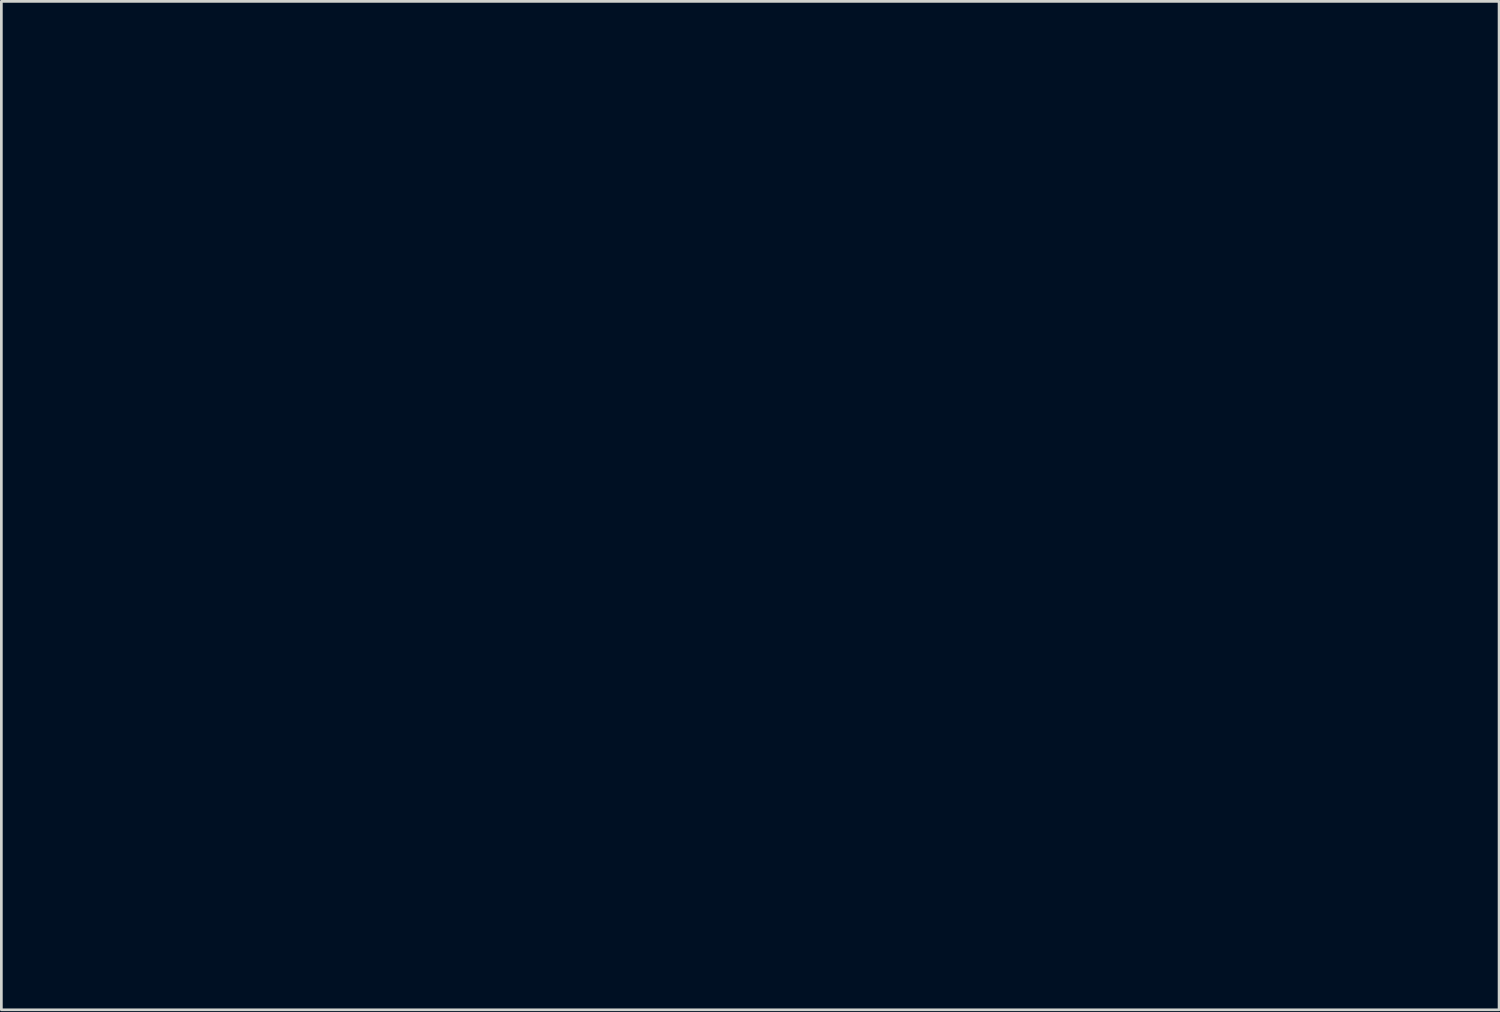
<source format=kicad_pcb>
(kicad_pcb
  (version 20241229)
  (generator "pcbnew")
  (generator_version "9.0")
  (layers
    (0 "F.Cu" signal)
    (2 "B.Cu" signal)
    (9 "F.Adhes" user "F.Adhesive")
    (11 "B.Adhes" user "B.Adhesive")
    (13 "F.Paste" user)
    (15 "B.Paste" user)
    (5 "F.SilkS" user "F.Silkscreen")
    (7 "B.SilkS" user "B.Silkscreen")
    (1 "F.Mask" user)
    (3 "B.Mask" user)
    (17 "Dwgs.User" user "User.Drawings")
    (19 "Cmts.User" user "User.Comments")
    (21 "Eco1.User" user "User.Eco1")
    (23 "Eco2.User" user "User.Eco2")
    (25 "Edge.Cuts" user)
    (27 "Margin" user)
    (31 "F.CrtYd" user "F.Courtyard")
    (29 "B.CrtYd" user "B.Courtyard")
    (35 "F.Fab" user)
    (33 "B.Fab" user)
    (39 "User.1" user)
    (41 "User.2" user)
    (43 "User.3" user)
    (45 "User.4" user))
  (footprint "mask"
    (layer "F.Cu")
    (at 33.697 3.916)
    (property "Reference" "mask" (at 0 0 0) (layer "F.Mask") (effects (font (size 1.524 1.524) (thickness 0.3))))
    (attr through_hole)
    (fp_poly (pts (xy 0.302 -1.278) (xy 0.599 -1.166) (xy 0.904 -0.965) (xy 1.13 -0.703) (xy 1.284 -0.372) (xy 1.302 -0.315) (xy 1.35 0.024) (xy 1.308 0.36) (xy 1.184 0.675) (xy 0.987 0.952) (xy 0.727 1.172) (xy 0.47 1.299) (xy 0.234 1.351) (xy -0.045 1.364) (xy -0.315 1.339) (xy -0.466 1.3) (xy -0.752 1.149) (xy -1.006 0.919) (xy -1.194 0.651) (xy -1.28 0.476) (xy -1.325 0.315) (xy -1.341 0.121) (xy -1.342 0.025) (xy -1.334 -0.194) (xy -1.302 -0.362) (xy -1.234 -0.526) (xy -1.194 -0.602) (xy -0.974 -0.908) (xy -0.702 -1.133) (xy -0.39 -1.272) (xy -0.051 -1.322) (xy 0.302 -1.278)) (stroke (width 0.01) (type solid)) (fill yes) (layer "F.Mask"))
    (fp_poly (pts (xy 0.238 -3.907) (xy 0.634 -3.875) (xy 0.974 -3.814) (xy 0.984 -3.812) (xy 1.555 -3.614) (xy 2.086 -3.33) (xy 2.567 -2.966) (xy 2.989 -2.534) (xy 3.345 -2.041) (xy 3.624 -1.496) (xy 3.816 -0.921) (xy 3.882 -0.541) (xy 3.909 -0.121) (xy 3.896 0.306) (xy 3.845 0.704) (xy 3.765 1.016) (xy 3.57 1.465) (xy 3.301 1.899) (xy 2.954 2.322) (xy 2.522 2.739) (xy 2 3.157) (xy 1.385 3.58) (xy 1.226 3.681) (xy 0.923 3.887) (xy 0.7 4.081) (xy 0.539 4.283) (xy 0.426 4.511) (xy 0.373 4.67) (xy 0.324 4.923) (xy 0.298 5.249) (xy 0.296 5.623) (xy 0.316 6.019) (xy 0.36 6.413) (xy 0.376 6.518) (xy 0.421 6.783) (xy 0.467 6.999) (xy 0.525 7.17) (xy 0.604 7.304) (xy 0.717 7.406) (xy 0.872 7.482) (xy 1.082 7.539) (xy 1.356 7.583) (xy 1.705 7.619) (xy 2.14 7.655) (xy 2.374 7.673) (xy 3.148 7.734) (xy 3.829 7.796) (xy 4.426 7.858) (xy 4.949 7.924) (xy 5.405 7.994) (xy 5.805 8.069) (xy 6.157 8.153) (xy 6.469 8.245) (xy 6.751 8.348) (xy 7.012 8.464) (xy 7.143 8.53) (xy 7.355 8.645) (xy 7.555 8.762) (xy 7.757 8.891) (xy 7.974 9.041) (xy 8.22 9.222) (xy 8.508 9.443) (xy 8.851 9.714) (xy 9.129 9.937) (xy 9.495 10.229) (xy 9.791 10.461) (xy 10.026 10.639) (xy 10.207 10.768) (xy 10.344 10.855) (xy 10.443 10.904) (xy 10.514 10.922) (xy 10.523 10.922) (xy 10.625 10.878) (xy 10.714 10.746) (xy 10.789 10.524) (xy 10.853 10.208) (xy 10.904 9.798) (xy 10.944 9.291) (xy 10.972 8.687) (xy 10.992 8.203) (xy 11.019 7.801) (xy 11.056 7.462) (xy 11.108 7.167) (xy 11.178 6.895) (xy 11.271 6.627) (xy 11.392 6.344) (xy 11.544 6.026) (xy 11.547 6.02) (xy 11.634 5.815) (xy 11.701 5.602) (xy 11.729 5.467) (xy 11.773 5.269) (xy 11.848 5.164) (xy 11.965 5.145) (xy 12.113 5.195) (xy 12.257 5.297) (xy 12.302 5.411) (xy 12.248 5.527) (xy 12.097 5.635) (xy 11.908 5.778) (xy 11.729 6.011) (xy 11.557 6.338) (xy 11.407 6.716) (xy 11.28 7.123) (xy 11.189 7.514) (xy 11.137 7.875) (xy 11.125 8.193) (xy 11.152 8.453) (xy 11.221 8.64) (xy 11.264 8.696) (xy 11.307 8.733) (xy 11.36 8.761) (xy 11.438 8.782) (xy 11.555 8.797) (xy 11.727 8.808) (xy 11.966 8.817) (xy 12.289 8.825) (xy 12.405 8.827) (xy 12.997 8.832) (xy 13.507 8.82) (xy 13.931 8.79) (xy 14.265 8.743) (xy 14.503 8.68) (xy 14.554 8.658) (xy 14.681 8.607) (xy 14.762 8.608) (xy 14.814 8.641) (xy 14.926 8.785) (xy 14.955 8.947) (xy 14.91 9.075) (xy 14.832 9.168) (xy 14.751 9.185) (xy 14.636 9.128) (xy 14.59 9.096) (xy 14.545 9.068) (xy 14.489 9.046) (xy 14.41 9.028) (xy 14.297 9.015) (xy 14.137 9.005) (xy 13.921 8.997) (xy 13.635 8.991) (xy 13.269 8.987) (xy 12.906 8.983) (xy 11.359 8.968) (xy 11.261 9.135) (xy 11.214 9.253) (xy 11.158 9.456) (xy 11.097 9.727) (xy 11.035 10.049) (xy 11.022 10.124) (xy 10.968 10.422) (xy 10.911 10.703) (xy 10.857 10.944) (xy 10.811 11.121) (xy 10.79 11.183) (xy 10.701 11.419) (xy 11.069 11.984) (xy 11.35 12.438) (xy 11.572 12.853) (xy 11.75 13.263) (xy 11.901 13.698) (xy 11.914 13.741) (xy 12.022 14.075) (xy 12.125 14.331) (xy 12.233 14.534) (xy 12.358 14.706) (xy 12.392 14.746) (xy 12.541 14.916) (xy 13.852 14.922) (xy 14.252 14.923) (xy 14.562 14.923) (xy 14.796 14.92) (xy 14.966 14.914) (xy 15.085 14.904) (xy 15.165 14.888) (xy 15.219 14.866) (xy 15.26 14.837) (xy 15.279 14.82) (xy 15.365 14.75) (xy 15.422 14.748) (xy 15.48 14.798) (xy 15.536 14.887) (xy 15.523 15) (xy 15.515 15.023) (xy 15.491 15.084) (xy 15.461 15.125) (xy 15.407 15.147) (xy 15.314 15.152) (xy 15.164 15.14) (xy 14.941 15.115) (xy 14.732 15.089) (xy 14.533 15.07) (xy 14.284 15.057) (xy 14.003 15.049) (xy 13.71 15.046) (xy 13.423 15.047) (xy 13.162 15.054) (xy 12.945 15.065) (xy 12.792 15.08) (xy 12.721 15.1) (xy 12.721 15.101) (xy 12.725 15.159) (xy 12.768 15.289) (xy 12.84 15.468) (xy 12.914 15.634) (xy 13.021 15.869) (xy 13.122 16.099) (xy 13.201 16.291) (xy 13.233 16.375) (xy 13.302 16.534) (xy 13.387 16.631) (xy 13.523 16.707) (xy 13.545 16.716) (xy 13.684 16.789) (xy 13.78 16.864) (xy 13.8 16.893) (xy 13.8 17.021) (xy 13.724 17.151) (xy 13.592 17.264) (xy 13.43 17.343) (xy 13.257 17.367) (xy 13.233 17.366) (xy 13.14 17.348) (xy 13.098 17.304) (xy 13.089 17.204) (xy 13.093 17.12) (xy 13.105 16.842) (xy 13.104 16.637) (xy 13.089 16.476) (xy 13.057 16.33) (xy 13.01 16.182) (xy 12.9 15.915) (xy 12.76 15.638) (xy 12.6 15.367) (xy 12.43 15.117) (xy 12.263 14.903) (xy 12.108 14.742) (xy 11.977 14.648) (xy 11.913 14.63) (xy 11.808 14.673) (xy 11.671 14.789) (xy 11.517 14.961) (xy 11.36 15.173) (xy 11.214 15.408) (xy 11.133 15.559) (xy 10.968 15.937) (xy 10.831 16.33) (xy 10.725 16.72) (xy 10.654 17.091) (xy 10.62 17.426) (xy 10.627 17.707) (xy 10.678 17.917) (xy 10.687 17.934) (xy 10.754 18.096) (xy 10.759 18.2) (xy 10.699 18.27) (xy 10.671 18.286) (xy 10.482 18.336) (xy 10.268 18.31) (xy 10.188 18.28) (xy 10.082 18.19) (xy 10.066 18.066) (xy 10.139 17.922) (xy 10.209 17.846) (xy 10.27 17.778) (xy 10.324 17.69) (xy 10.376 17.566) (xy 10.433 17.388) (xy 10.501 17.139) (xy 10.558 16.916) (xy 10.678 16.461) (xy 10.793 16.079) (xy 10.913 15.745) (xy 11.051 15.434) (xy 11.216 15.118) (xy 11.419 14.772) (xy 11.534 14.587) (xy 11.678 14.274) (xy 11.73 13.933) (xy 11.69 13.56) (xy 11.557 13.153) (xy 11.333 12.708) (xy 11.329 12.701) (xy 11.058 12.273) (xy 10.748 11.842) (xy 10.419 11.431) (xy 10.089 11.064) (xy 9.777 10.765) (xy 9.751 10.742) (xy 9.13 10.234) (xy 8.522 9.774) (xy 7.935 9.367) (xy 7.379 9.021) (xy 6.861 8.74) (xy 6.392 8.53) (xy 6.131 8.439) (xy 5.766 8.345) (xy 5.309 8.261) (xy 4.758 8.186) (xy 4.113 8.12) (xy 3.372 8.063) (xy 2.536 8.014) (xy 1.602 7.975) (xy 0.571 7.944) (xy -0.559 7.922) (xy -1.789 7.908) (xy -2.921 7.903) (xy -3.629 7.903) (xy -4.246 7.904) (xy -4.787 7.908) (xy -5.262 7.914) (xy -5.684 7.924) (xy -6.064 7.938) (xy -6.415 7.955) (xy -6.749 7.978) (xy -7.077 8.006) (xy -7.413 8.04) (xy -7.767 8.08) (xy -8.152 8.128) (xy -8.179 8.131) (xy -9.405 8.321) (xy -10.562 8.573) (xy -11.655 8.893) (xy -12.69 9.282) (xy -13.673 9.745) (xy -14.61 10.285) (xy -15.505 10.906) (xy -16.366 11.612) (xy -17.197 12.406) (xy -18.005 13.291) (xy -18.796 14.271) (xy -19.367 15.052) (xy -19.749 15.555) (xy -20.117 15.964) (xy -20.251 16.092) (xy -20.675 16.48) (xy -20.554 16.609) (xy -20.453 16.733) (xy -20.377 16.85) (xy -20.334 17.003) (xy -20.322 17.202) (xy -20.341 17.399) (xy -20.366 17.488) (xy -20.383 17.565) (xy -20.353 17.631) (xy -20.259 17.71) (xy -20.189 17.758) (xy -20.063 17.858) (xy -19.982 17.953) (xy -19.966 17.996) (xy -19.984 18.067) (xy -20.047 18.074) (xy -20.165 18.015) (xy -20.313 17.915) (xy -20.428 17.834) (xy -20.521 17.785) (xy -20.622 17.762) (xy -20.76 17.757) (xy -20.965 17.766) (xy -21.008 17.768) (xy -21.248 17.776) (xy -21.421 17.769) (xy -21.561 17.742) (xy -21.702 17.691) (xy -21.726 17.68) (xy -21.863 17.616) (xy -21.98 17.541) (xy -22.089 17.444) (xy -22.202 17.31) (xy -22.33 17.126) (xy -22.486 16.878) (xy -22.646 16.612) (xy -22.856 16.263) (xy -23.028 15.992) (xy -23.172 15.787) (xy -23.297 15.635) (xy -23.311 15.621) (xy -23.012 15.621) (xy -22.987 15.669) (xy -22.919 15.785) (xy -22.819 15.951) (xy -22.718 16.113) (xy -22.576 16.343) (xy -22.436 16.575) (xy -22.316 16.776) (xy -22.264 16.866) (xy -22.091 17.125) (xy -21.9 17.339) (xy -21.71 17.487) (xy -21.641 17.522) (xy -21.541 17.543) (xy -21.377 17.556) (xy -21.178 17.562) (xy -20.973 17.561) (xy -20.789 17.552) (xy -20.654 17.536) (xy -20.599 17.517) (xy -20.566 17.449) (xy -20.53 17.325) (xy -20.524 17.301) (xy -20.524 17.081) (xy -20.613 16.861) (xy -20.78 16.661) (xy -20.936 16.545) (xy -21.036 16.491) (xy -21.201 16.41) (xy -21.416 16.309) (xy -21.664 16.195) (xy -21.929 16.075) (xy -22.197 15.956) (xy -22.45 15.845) (xy -22.675 15.749) (xy -22.853 15.675) (xy -22.971 15.63) (xy -23.012 15.621) (xy -23.311 15.621) (xy -23.413 15.523) (xy -23.53 15.44) (xy -23.588 15.407) (xy -23.874 15.31) (xy -24.18 15.301) (xy -24.478 15.374) (xy -24.741 15.528) (xy -24.801 15.58) (xy -24.886 15.686) (xy -24.896 15.777) (xy -24.825 15.863) (xy -24.666 15.952) (xy -24.457 16.037) (xy -24.12 16.189) (xy -23.821 16.375) (xy -23.585 16.578) (xy -23.503 16.674) (xy -23.421 16.854) (xy -23.379 17.11) (xy -23.378 17.113) (xy -23.363 17.269) (xy -23.333 17.381) (xy -23.272 17.482) (xy -23.163 17.601) (xy -23.07 17.692) (xy -22.95 17.805) (xy -22.838 17.895) (xy -22.717 17.968) (xy -22.57 18.032) (xy -22.378 18.096) (xy -22.125 18.167) (xy -21.792 18.252) (xy -21.748 18.263) (xy -21.358 18.373) (xy -21.053 18.488) (xy -20.816 18.618) (xy -20.63 18.769) (xy -20.576 18.827) (xy -20.409 19.055) (xy -20.31 19.292) (xy -20.279 19.549) (xy -20.316 19.839) (xy -20.424 20.171) (xy -20.601 20.559) (xy -20.706 20.757) (xy -20.841 21.03) (xy -20.914 21.239) (xy -20.93 21.367) (xy -20.945 21.592) (xy -20.996 21.743) (xy -21.091 21.844) (xy -21.143 21.875) (xy -21.274 21.92) (xy -21.421 21.919) (xy -21.604 21.87) (xy -21.844 21.767) (xy -21.946 21.717) (xy -22.131 21.628) (xy -22.376 21.518) (xy -22.645 21.402) (xy -22.848 21.318) (xy -23.191 21.175) (xy -23.461 21.056) (xy -23.68 20.949) (xy -23.871 20.844) (xy -24.057 20.729) (xy -24.105 20.698) (xy -24.334 20.507) (xy -24.588 20.221) (xy -24.864 19.844) (xy -25.16 19.38) (xy -25.473 18.832) (xy -25.782 18.243) (xy -25.914 17.983) (xy -26.016 17.796) (xy -26.1 17.663) (xy -26.171 17.577) (xy -25.886 17.577) (xy -25.878 17.618) (xy -25.827 17.734) (xy -25.741 17.908) (xy -25.629 18.126) (xy -25.498 18.374) (xy -25.355 18.636) (xy -25.209 18.899) (xy -25.067 19.147) (xy -24.938 19.366) (xy -24.881 19.459) (xy -24.614 19.862) (xy -24.373 20.178) (xy -24.148 20.415) (xy -23.933 20.582) (xy -23.896 20.605) (xy -23.771 20.673) (xy -23.594 20.762) (xy -23.386 20.862) (xy -23.17 20.963) (xy -22.966 21.055) (xy -22.796 21.129) (xy -22.681 21.174) (xy -22.646 21.183) (xy -22.659 21.151) (xy -22.728 21.067) (xy -22.818 20.971) (xy -23.048 20.705) (xy -23.23 20.417) (xy -23.381 20.076) (xy -23.47 19.812) (xy -23.602 19.448) (xy -23.762 19.136) (xy -23.965 18.858) (xy -24.225 18.595) (xy -24.558 18.33) (xy -24.816 18.15) (xy -24.969 18.054) (xy -25.159 17.943) (xy -25.363 17.829) (xy -25.561 17.724) (xy -25.729 17.639) (xy -25.847 17.588) (xy -25.886 17.577) (xy -26.171 17.577) (xy -26.18 17.566) (xy -26.27 17.486) (xy -26.384 17.406) (xy -26.428 17.378) (xy -26.581 17.281) (xy -26.697 17.214) (xy -26.754 17.188) (xy -26.756 17.189) (xy -26.742 17.237) (xy -26.69 17.349) (xy -26.621 17.48) (xy -26.497 17.746) (xy -26.368 18.081) (xy -26.245 18.455) (xy -26.137 18.838) (xy -26.054 19.198) (xy -26.035 19.304) (xy -25.99 19.537) (xy -25.937 19.753) (xy -25.887 19.917) (xy -25.867 19.964) (xy -25.753 20.125) (xy -25.555 20.306) (xy -25.27 20.51) (xy -24.896 20.739) (xy -24.43 20.993) (xy -24.048 21.187) (xy -23.666 21.38) (xy -23.364 21.54) (xy -23.127 21.676) (xy -22.941 21.797) (xy -22.792 21.909) (xy -22.726 21.967) (xy -22.496 22.206) (xy -22.316 22.458) (xy -22.192 22.705) (xy -22.132 22.932) (xy -22.141 23.125) (xy -22.199 23.24) (xy -22.27 23.293) (xy -22.383 23.312) (xy -22.536 23.306) (xy -22.828 23.236) (xy -23.139 23.08) (xy -23.457 22.846) (xy -23.772 22.546) (xy -24.07 22.189) (xy -24.339 21.788) (xy -24.624 21.311) (xy -24.739 21.234) (xy -24.444 21.234) (xy -24.329 21.425) (xy -23.99 21.948) (xy -23.657 22.374) (xy -23.326 22.706) (xy -22.995 22.946) (xy -22.66 23.098) (xy -22.606 23.114) (xy -22.449 23.127) (xy -22.348 23.072) (xy -22.319 22.96) (xy -22.326 22.919) (xy -22.444 22.611) (xy -22.644 22.323) (xy -22.772 22.187) (xy -22.923 22.048) (xy -23.077 21.928) (xy -23.254 21.813) (xy -23.475 21.692) (xy -23.76 21.552) (xy -23.944 21.465) (xy -24.444 21.234) (xy -24.739 21.234) (xy -25.292 20.865) (xy -25.831 20.481) (xy -26.286 20.097) (xy -26.673 19.698) (xy -27.007 19.264) (xy -27.304 18.778) (xy -27.511 18.372) (xy -27.611 18.165) (xy -27.677 18.038) (xy -27.72 17.98) (xy -27.749 17.98) (xy -27.774 18.025) (xy -27.785 18.051) (xy -27.822 18.177) (xy -27.833 18.308) (xy -27.815 18.466) (xy -27.766 18.672) (xy -27.682 18.945) (xy -27.655 19.027) (xy -27.561 19.29) (xy -27.442 19.586) (xy -27.307 19.894) (xy -27.166 20.196) (xy -27.029 20.472) (xy -26.904 20.702) (xy -26.8 20.867) (xy -26.757 20.922) (xy -26.681 20.994) (xy -26.541 21.116) (xy -26.354 21.275) (xy -26.134 21.458) (xy -25.959 21.601) (xy -25.719 21.799) (xy -25.495 21.988) (xy -25.304 22.155) (xy -25.163 22.285) (xy -25.103 22.344) (xy -25.013 22.465) (xy -24.897 22.652) (xy -24.772 22.878) (xy -24.663 23.092) (xy -24.494 23.419) (xy -24.335 23.665) (xy -24.171 23.848) (xy -23.986 23.985) (xy -23.795 24.081) (xy -23.554 24.217) (xy -23.411 24.378) (xy -23.365 24.564) (xy -23.415 24.78) (xy -23.445 24.843) (xy -23.545 24.978) (xy -23.691 25.075) (xy -23.9 25.139) (xy -24.187 25.176) (xy -24.333 25.185) (xy -24.786 25.181) (xy -25.191 25.122) (xy -25.567 24.998) (xy -25.934 24.802) (xy -26.31 24.528) (xy -26.606 24.268) (xy -26.817 24.076) (xy -27.029 23.889) (xy -27.216 23.73) (xy -27.352 23.621) (xy -27.509 23.512) (xy -27.702 23.39) (xy -27.909 23.268) (xy -28.11 23.157) (xy -28.124 23.15) (xy -27.661 23.15) (xy -27.598 23.2) (xy -27.476 23.293) (xy -27.316 23.411) (xy -27.254 23.457) (xy -27.058 23.608) (xy -26.866 23.769) (xy -26.714 23.909) (xy -26.695 23.927) (xy -26.474 24.14) (xy -26.219 24.355) (xy -25.96 24.549) (xy -25.728 24.7) (xy -25.654 24.741) (xy -25.409 24.852) (xy -25.171 24.925) (xy -24.91 24.966) (xy -24.596 24.98) (xy -24.401 24.978) (xy -24.149 24.972) (xy -23.978 24.962) (xy -23.864 24.942) (xy -23.785 24.91) (xy -23.72 24.861) (xy -23.702 24.845) (xy -23.608 24.713) (xy -23.572 24.567) (xy -23.597 24.442) (xy -23.635 24.399) (xy -23.713 24.368) (xy -23.863 24.332) (xy -24.053 24.298) (xy -24.086 24.293) (xy -24.517 24.208) (xy -24.908 24.082) (xy -25.293 23.903) (xy -25.695 23.663) (xy -25.927 23.519) (xy -26.157 23.39) (xy -26.355 23.29) (xy -26.489 23.236) (xy -26.629 23.202) (xy -26.813 23.173) (xy -27.019 23.148) (xy -27.227 23.13) (xy -27.416 23.119) (xy -27.564 23.119) (xy -27.651 23.13) (xy -27.661 23.15) (xy -28.124 23.15) (xy -28.28 23.071) (xy -28.399 23.021) (xy -28.434 23.013) (xy -28.437 23.053) (xy -28.395 23.161) (xy -28.317 23.318) (xy -28.256 23.427) (xy -28.09 23.678) (xy -27.871 23.956) (xy -27.619 24.243) (xy -27.352 24.517) (xy -27.09 24.759) (xy -26.851 24.949) (xy -26.715 25.037) (xy -26.545 25.125) (xy -26.415 25.169) (xy -26.277 25.177) (xy -26.127 25.165) (xy -25.942 25.153) (xy -25.798 25.17) (xy -25.644 25.224) (xy -25.532 25.277) (xy -25.202 25.468) (xy -24.952 25.675) (xy -24.787 25.892) (xy -24.711 26.112) (xy -24.73 26.327) (xy -24.756 26.393) (xy -24.885 26.569) (xy -25.068 26.703) (xy -25.268 26.768) (xy -25.317 26.771) (xy -25.388 26.763) (xy -25.463 26.731) (xy -25.553 26.664) (xy -25.669 26.554) (xy -25.823 26.39) (xy -26.026 26.161) (xy -26.127 26.044) (xy -26.308 25.854) (xy -26.533 25.644) (xy -26.763 25.449) (xy -26.818 25.406) (xy -26.46 25.406) (xy -26.222 25.646) (xy -26.071 25.803) (xy -25.89 25.999) (xy -25.715 26.197) (xy -25.689 26.227) (xy -25.541 26.386) (xy -25.411 26.504) (xy -25.318 26.564) (xy -25.299 26.568) (xy -25.201 26.537) (xy -25.077 26.46) (xy -25.048 26.437) (xy -24.927 26.285) (xy -24.906 26.12) (xy -24.985 25.942) (xy -25.163 25.753) (xy -25.369 25.599) (xy -25.578 25.466) (xy -25.743 25.389) (xy -25.899 25.357) (xy -26.079 25.361) (xy -26.185 25.372) (xy -26.46 25.406) (xy -26.818 25.406) (xy -26.839 25.39) (xy -27.131 25.157) (xy -27.432 24.895) (xy -27.72 24.624) (xy -27.974 24.364) (xy -28.175 24.136) (xy -28.231 24.063) (xy -28.381 23.891) (xy -28.567 23.721) (xy -28.67 23.643) (xy -28.828 23.552) (xy -29.054 23.441) (xy -29.322 23.321) (xy -29.604 23.204) (xy -29.872 23.103) (xy -30.069 23.037) (xy -30.19 23.001) (xy -30.087 23.146) (xy -30.022 23.249) (xy -29.923 23.416) (xy -29.803 23.625) (xy -29.692 23.825) (xy -29.567 24.047) (xy -29.449 24.246) (xy -29.351 24.399) (xy -29.292 24.479) (xy -29.21 24.551) (xy -29.063 24.664) (xy -28.868 24.803) (xy -28.647 24.953) (xy -28.6 24.984) (xy -28.191 25.27) (xy -27.859 25.539) (xy -27.609 25.784) (xy -27.447 26.002) (xy -27.386 26.14) (xy -27.339 26.398) (xy -27.331 26.666) (xy -27.359 26.912) (xy -27.423 27.1) (xy -27.431 27.114) (xy -27.504 27.229) (xy -27.547 27.271) (xy -27.588 27.254) (xy -27.622 27.221) (xy -27.652 27.152) (xy -27.618 27.042) (xy -27.602 27.011) (xy -27.541 26.807) (xy -27.529 26.555) (xy -27.565 26.294) (xy -27.637 26.081) (xy -27.709 25.96) (xy -27.813 25.835) (xy -27.959 25.697) (xy -28.159 25.537) (xy -28.422 25.346) (xy -28.761 25.114) (xy -28.842 25.06) (xy -29.061 24.91) (xy -29.255 24.771) (xy -29.403 24.655) (xy -29.489 24.578) (xy -29.496 24.57) (xy -29.537 24.518) (xy -29.553 24.511) (xy -29.54 24.562) (xy -29.494 24.681) (xy -29.413 24.88) (xy -29.398 24.917) (xy -29.325 25.107) (xy -29.265 25.285) (xy -29.237 25.387) (xy -29.222 25.501) (xy -29.249 25.546) (xy -29.298 25.552) (xy -29.358 25.528) (xy -29.415 25.445) (xy -29.478 25.285) (xy -29.507 25.199) (xy -29.585 24.989) (xy -29.7 24.721) (xy -29.842 24.416) (xy -30 24.096) (xy -30.161 23.782) (xy -30.317 23.496) (xy -30.455 23.26) (xy -30.565 23.095) (xy -30.568 23.092) (xy -30.723 22.92) (xy -30.869 22.816) (xy -30.912 22.8) (xy -31.146 22.746) (xy -31.428 22.694) (xy -31.724 22.65) (xy -31.996 22.619) (xy -32.208 22.606) (xy -32.22 22.606) (xy -32.385 22.602) (xy -32.473 22.585) (xy -32.507 22.546) (xy -32.512 22.497) (xy -32.507 22.445) (xy -32.479 22.415) (xy -32.407 22.402) (xy -32.273 22.405) (xy -32.068 22.417) (xy -31.584 22.473) (xy -31.045 22.576) (xy -30.48 22.717) (xy -29.918 22.889) (xy -29.389 23.082) (xy -28.923 23.289) (xy -28.813 23.345) (xy -28.39 23.569) (xy -28.503 23.379) (xy -28.589 23.247) (xy -28.684 23.124) (xy -28.799 23.005) (xy -28.941 22.883) (xy -29.121 22.753) (xy -29.346 22.608) (xy -29.626 22.443) (xy -29.969 22.251) (xy -30.385 22.027) (xy -30.882 21.765) (xy -30.944 21.733) (xy -31.357 21.518) (xy -31.694 21.349) (xy -31.969 21.221) (xy -32.194 21.132) (xy -32.382 21.076) (xy -32.545 21.049) (xy -32.698 21.048) (xy -32.852 21.07) (xy -32.994 21.102) (xy -33.192 21.161) (xy -33.37 21.229) (xy -33.48 21.287) (xy -33.582 21.349) (xy -33.644 21.346) (xy -33.677 21.315) (xy -33.692 21.235) (xy -33.622 21.148) (xy -33.484 21.062) (xy -33.295 20.983) (xy -33.069 20.919) (xy -32.825 20.874) (xy -32.578 20.857) (xy -32.549 20.857) (xy -32.205 20.861) (xy -32.334 20.726) (xy -32.463 20.537) (xy -32.533 20.32) (xy -32.532 20.196) (xy -32.346 20.196) (xy -32.333 20.306) (xy -32.315 20.371) (xy -32.243 20.526) (xy -32.116 20.677) (xy -31.924 20.835) (xy -31.656 21.006) (xy -31.304 21.199) (xy -31.218 21.243) (xy -30.024 21.899) (xy -29.41 22.279) (xy -29.13 22.449) (xy -28.854 22.602) (xy -28.6 22.727) (xy -28.388 22.815) (xy -28.239 22.855) (xy -28.23 22.856) (xy -28.238 22.821) (xy -28.295 22.725) (xy -28.39 22.587) (xy -28.404 22.568) (xy -28.696 22.187) (xy -29.01 21.814) (xy -29.322 21.473) (xy -29.612 21.189) (xy -29.684 21.124) (xy -29.895 20.933) (xy -30.121 20.714) (xy -30.321 20.509) (xy -30.352 20.475) (xy -30.696 20.113) (xy -30.991 19.834) (xy -31.242 19.635) (xy -31.452 19.515) (xy -31.625 19.468) (xy -31.719 19.476) (xy -31.916 19.573) (xy -32.107 19.755) (xy -32.24 19.946) (xy -32.317 20.091) (xy -32.346 20.196) (xy -32.532 20.196) (xy -32.531 20.121) (xy -32.464 19.954) (xy -32.345 19.758) (xy -32.2 19.572) (xy -32.055 19.431) (xy -32.032 19.415) (xy -31.813 19.323) (xy -31.559 19.312) (xy -31.297 19.381) (xy -31.234 19.41) (xy -31.124 19.485) (xy -30.956 19.625) (xy -30.741 19.82) (xy -30.489 20.058) (xy -30.21 20.33) (xy -29.914 20.624) (xy -29.613 20.93) (xy -29.316 21.238) (xy -29.034 21.538) (xy -28.778 21.818) (xy -28.557 22.068) (xy -28.381 22.278) (xy -28.309 22.372) (xy -27.898 22.925) (xy -27.474 22.918) (xy -27.223 22.923) (xy -26.96 22.944) (xy -26.74 22.977) (xy -26.73 22.979) (xy -26.408 23.048) (xy -26.86 22.586) (xy -27.279 22.152) (xy -27.603 21.809) (xy -27.244 21.809) (xy -27.24 21.853) (xy -27.17 21.952) (xy -27.045 22.097) (xy -26.876 22.275) (xy -26.674 22.478) (xy -26.449 22.695) (xy -26.214 22.914) (xy -25.979 23.126) (xy -25.755 23.32) (xy -25.552 23.485) (xy -25.383 23.611) (xy -25.3 23.664) (xy -25.16 23.736) (xy -24.975 23.819) (xy -24.772 23.9) (xy -24.581 23.969) (xy -24.432 24.015) (xy -24.367 24.027) (xy -24.371 23.993) (xy -24.426 23.904) (xy -24.48 23.832) (xy -24.573 23.691) (xy -24.683 23.493) (xy -24.788 23.274) (xy -24.811 23.219) (xy -24.933 22.957) (xy -25.065 22.733) (xy -25.226 22.525) (xy -25.431 22.314) (xy -25.697 22.081) (xy -25.874 21.937) (xy -26.086 21.766) (xy -26.284 21.602) (xy -26.447 21.465) (xy -26.553 21.372) (xy -26.555 21.37) (xy -26.657 21.282) (xy -26.723 21.238) (xy -26.735 21.238) (xy -26.76 21.297) (xy -26.799 21.409) (xy -26.8 21.411) (xy -26.88 21.542) (xy -27.021 21.677) (xy -27.187 21.784) (xy -27.244 21.809) (xy -27.603 21.809) (xy -27.63 21.781) (xy -27.92 21.462) (xy -28.154 21.19) (xy -28.34 20.955) (xy -28.482 20.75) (xy -28.589 20.567) (xy -28.665 20.398) (xy -28.687 20.337) (xy -28.725 20.19) (xy -28.728 20.126) (xy -28.542 20.126) (xy -28.513 20.245) (xy -28.481 20.331) (xy -28.396 20.508) (xy -28.268 20.715) (xy -28.112 20.934) (xy -27.941 21.15) (xy -27.769 21.346) (xy -27.611 21.504) (xy -27.48 21.607) (xy -27.398 21.64) (xy -27.287 21.609) (xy -27.158 21.531) (xy -27.137 21.514) (xy -27.04 21.424) (xy -26.98 21.337) (xy -26.957 21.236) (xy -26.974 21.107) (xy -27.032 20.934) (xy -27.135 20.703) (xy -27.284 20.399) (xy -27.295 20.377) (xy -27.438 20.081) (xy -27.576 19.773) (xy -27.697 19.483) (xy -27.789 19.242) (xy -27.815 19.163) (xy -27.959 18.7) (xy -28.179 19.162) (xy -28.285 19.39) (xy -28.383 19.615) (xy -28.459 19.799) (xy -28.483 19.863) (xy -28.532 20.016) (xy -28.542 20.126) (xy -28.728 20.126) (xy -28.731 20.044) (xy -28.699 19.88) (xy -28.625 19.678) (xy -28.504 19.416) (xy -28.449 19.304) (xy -28.346 19.087) (xy -28.257 18.868) (xy -28.174 18.623) (xy -28.086 18.325) (xy -28.011 18.047) (xy -27.917 17.751) (xy -27.878 17.66) (xy -27.567 17.66) (xy -27.564 17.677) (xy -27.506 17.89) (xy -27.394 18.161) (xy -27.24 18.47) (xy -27.056 18.799) (xy -26.852 19.126) (xy -26.641 19.433) (xy -26.433 19.699) (xy -26.356 19.787) (xy -26.204 19.949) (xy -26.11 20.038) (xy -26.068 20.057) (xy -26.072 20.012) (xy -26.084 19.977) (xy -26.107 19.895) (xy -26.144 19.735) (xy -26.191 19.521) (xy -26.241 19.276) (xy -26.243 19.265) (xy -26.346 18.814) (xy -26.466 18.396) (xy -26.597 18.021) (xy -26.737 17.698) (xy -26.879 17.438) (xy -27.019 17.251) (xy -27.153 17.145) (xy -27.261 17.128) (xy -27.377 17.196) (xy -27.48 17.33) (xy -27.549 17.496) (xy -27.567 17.66) (xy -27.878 17.66) (xy -27.797 17.469) (xy -27.665 17.226) (xy -27.532 17.047) (xy -27.487 17.004) (xy -27.387 16.93) (xy -27.285 16.882) (xy -27.169 16.864) (xy -27.027 16.878) (xy -26.848 16.927) (xy -26.619 17.015) (xy -26.328 17.142) (xy -25.964 17.313) (xy -25.806 17.389) (xy -25.182 17.713) (xy -24.644 18.041) (xy -24.196 18.37) (xy -23.841 18.698) (xy -23.583 19.022) (xy -23.548 19.079) (xy -23.473 19.229) (xy -23.391 19.434) (xy -23.317 19.651) (xy -23.315 19.66) (xy -23.19 20.028) (xy -23.05 20.327) (xy -22.877 20.587) (xy -22.652 20.841) (xy -22.612 20.881) (xy -22.369 21.101) (xy -22.103 21.305) (xy -21.84 21.477) (xy -21.604 21.599) (xy -21.493 21.639) (xy -21.336 21.646) (xy -21.208 21.586) (xy -21.138 21.475) (xy -21.133 21.43) (xy -21.166 21.345) (xy -21.256 21.216) (xy -21.382 21.067) (xy -21.408 21.039) (xy -21.672 20.752) (xy -21.921 20.459) (xy -22.141 20.178) (xy -22.316 19.929) (xy -22.432 19.732) (xy -22.492 19.579) (xy -22.562 19.356) (xy -22.632 19.095) (xy -22.689 18.843) (xy -22.745 18.571) (xy -22.543 18.571) (xy -22.523 18.707) (xy -22.484 18.891) (xy -22.433 19.099) (xy -22.375 19.308) (xy -22.317 19.492) (xy -22.265 19.629) (xy -22.255 19.651) (xy -22.184 19.767) (xy -22.07 19.931) (xy -21.924 20.125) (xy -21.76 20.336) (xy -21.59 20.547) (xy -21.427 20.742) (xy -21.284 20.907) (xy -21.173 21.024) (xy -21.106 21.08) (xy -21.098 21.082) (xy -21.07 21.039) (xy -21.006 20.922) (xy -20.917 20.748) (xy -20.81 20.534) (xy -20.797 20.505) (xy -20.633 20.148) (xy -20.528 19.857) (xy -20.479 19.617) (xy -20.485 19.413) (xy -20.543 19.23) (xy -20.618 19.101) (xy -20.748 18.933) (xy -20.897 18.799) (xy -21.083 18.689) (xy -21.325 18.59) (xy -21.643 18.494) (xy -21.774 18.459) (xy -22.01 18.4) (xy -22.205 18.352) (xy -22.342 18.322) (xy -22.402 18.312) (xy -22.403 18.313) (xy -22.364 18.346) (xy -22.262 18.417) (xy -22.151 18.49) (xy -21.873 18.696) (xy -21.627 18.93) (xy -21.439 19.167) (xy -21.379 19.269) (xy -21.31 19.434) (xy -21.248 19.633) (xy -21.2 19.839) (xy -21.169 20.027) (xy -21.163 20.169) (xy -21.181 20.236) (xy -21.249 20.262) (xy -21.31 20.192) (xy -21.364 20.024) (xy -21.386 19.92) (xy -21.472 19.598) (xy -21.598 19.304) (xy -21.749 19.071) (xy -21.783 19.032) (xy -21.89 18.933) (xy -22.033 18.819) (xy -22.191 18.703) (xy -22.341 18.603) (xy -22.462 18.532) (xy -22.532 18.506) (xy -22.539 18.509) (xy -22.543 18.571) (xy -22.745 18.571) (xy -22.819 18.212) (xy -23.539 17.551) (xy -23.949 17.544) (xy -24.388 17.498) (xy -24.768 17.375) (xy -25.097 17.171) (xy -25.163 17.116) (xy -25.403 16.873) (xy -25.548 16.644) (xy -25.599 16.422) (xy -25.589 16.365) (xy -25.4 16.365) (xy -25.352 16.586) (xy -25.219 16.797) (xy -25.019 16.988) (xy -24.769 17.151) (xy -24.484 17.274) (xy -24.183 17.347) (xy -23.883 17.362) (xy -23.73 17.342) (xy -23.621 17.307) (xy -23.578 17.239) (xy -23.571 17.136) (xy -23.619 16.889) (xy -23.762 16.666) (xy -24.001 16.467) (xy -24.338 16.291) (xy -24.577 16.2) (xy -24.757 16.126) (xy -24.913 16.04) (xy -24.983 15.989) (xy -25.103 15.875) (xy -25.252 16.041) (xy -25.372 16.227) (xy -25.4 16.365) (xy -25.589 16.365) (xy -25.559 16.195) (xy -25.459 15.999) (xy -25.292 15.78) (xy -25.079 15.559) (xy -24.849 15.362) (xy -24.633 15.217) (xy -24.574 15.187) (xy -24.294 15.108) (xy -23.971 15.095) (xy -23.639 15.147) (xy -23.516 15.185) (xy -23.399 15.229) (xy -23.211 15.306) (xy -22.968 15.408) (xy -22.687 15.527) (xy -22.384 15.656) (xy -22.076 15.789) (xy -21.78 15.918) (xy -21.511 16.036) (xy -21.288 16.135) (xy -21.126 16.209) (xy -21.045 16.249) (xy -20.966 16.263) (xy -20.86 16.216) (xy -20.753 16.141) (xy -20.561 15.987) (xy -20.391 15.832) (xy -20.23 15.66) (xy -20.062 15.452) (xy -19.872 15.193) (xy -19.645 14.863) (xy -19.643 14.859) (xy -18.868 13.783) (xy -18.062 12.802) (xy -17.22 11.914) (xy -16.34 11.116) (xy -15.415 10.406) (xy -14.444 9.782) (xy -13.42 9.241) (xy -12.341 8.78) (xy -11.202 8.398) (xy -10 8.091) (xy -8.729 7.857) (xy -7.925 7.75) (xy -7.519 7.709) (xy -7.052 7.673) (xy -6.519 7.641) (xy -5.912 7.614) (xy -5.227 7.59) (xy -4.456 7.57) (xy -3.594 7.554) (xy -2.902 7.544) (xy -2.32 7.536) (xy -1.831 7.528) (xy -1.427 7.519) (xy -1.099 7.508) (xy -0.84 7.494) (xy -0.64 7.476) (xy -0.491 7.454) (xy -0.385 7.425) (xy -0.314 7.389) (xy -0.268 7.346) (xy -0.241 7.294) (xy -0.223 7.235) (xy -0.208 7.108) (xy -0.203 6.902) (xy -0.206 6.638) (xy -0.217 6.337) (xy -0.234 6.023) (xy -0.256 5.715) (xy -0.283 5.435) (xy -0.313 5.206) (xy -0.331 5.105) (xy -0.397 4.82) (xy -0.474 4.581) (xy -0.571 4.374) (xy -0.702 4.185) (xy -0.876 4) (xy -1.104 3.804) (xy -1.4 3.583) (xy -1.731 3.353) (xy -2.235 2.981) (xy -2.682 2.6) (xy -3.06 2.219) (xy -3.359 1.847) (xy -3.545 1.544) (xy -3.721 1.154) (xy -3.825 0.808) (xy -2.591 0.808) (xy -2.572 0.879) (xy -2.524 1.007) (xy -2.489 1.092) (xy -2.417 1.237) (xy -2.354 1.3) (xy -2.299 1.301) (xy -2.197 1.273) (xy -2.044 1.234) (xy -1.97 1.216) (xy -1.729 1.157) (xy -1.45 1.455) (xy -1.319 1.6) (xy -1.222 1.72) (xy -1.174 1.794) (xy -1.172 1.803) (xy -1.183 1.878) (xy -1.212 2.016) (xy -1.239 2.134) (xy -1.305 2.413) (xy -1.072 2.523) (xy -0.932 2.587) (xy -0.833 2.629) (xy -0.807 2.637) (xy -0.766 2.601) (xy -0.687 2.5) (xy -0.588 2.357) (xy -0.478 2.202) (xy -0.399 2.121) (xy -0.33 2.097) (xy -0.288 2.103) (xy -0.179 2.119) (xy -0.009 2.13) (xy 0.134 2.133) (xy 0.447 2.134) (xy 0.608 2.385) (xy 0.77 2.637) (xy 1.022 2.538) (xy 1.166 2.482) (xy 1.265 2.446) (xy 1.292 2.438) (xy 1.291 2.393) (xy 1.271 2.275) (xy 1.235 2.108) (xy 1.234 2.102) (xy 1.157 1.767) (xy 1.735 1.183) (xy 2.023 1.251) (xy 2.185 1.288) (xy 2.307 1.313) (xy 2.351 1.32) (xy 2.389 1.279) (xy 2.447 1.176) (xy 2.51 1.045) (xy 2.563 0.919) (xy 2.589 0.831) (xy 2.59 0.821) (xy 2.55 0.778) (xy 2.448 0.699) (xy 2.336 0.622) (xy 2.083 0.456) (xy 2.083 -0.407) (xy 2.337 -0.564) (xy 2.473 -0.654) (xy 2.565 -0.728) (xy 2.591 -0.762) (xy 2.572 -0.83) (xy 2.525 -0.956) (xy 2.49 -1.038) (xy 2.441 -1.152) (xy 2.396 -1.219) (xy 2.334 -1.246) (xy 2.23 -1.237) (xy 2.062 -1.198) (xy 1.93 -1.164) (xy 1.805 -1.133) (xy 1.727 -1.118) (xy 1.722 -1.118) (xy 1.677 -1.153) (xy 1.584 -1.248) (xy 1.462 -1.382) (xy 1.434 -1.414) (xy 1.304 -1.566) (xy 1.231 -1.669) (xy 1.202 -1.752) (xy 1.206 -1.842) (xy 1.225 -1.935) (xy 1.261 -2.093) (xy 1.293 -2.221) (xy 1.301 -2.249) (xy 1.293 -2.318) (xy 1.214 -2.385) (xy 1.109 -2.438) (xy 0.966 -2.498) (xy 0.858 -2.534) (xy 0.83 -2.539) (xy 0.772 -2.5) (xy 0.686 -2.399) (xy 0.631 -2.318) (xy 0.546 -2.193) (xy 0.468 -2.123) (xy 0.361 -2.086) (xy 0.189 -2.064) (xy 0.187 -2.064) (xy -0.05 -2.04) (xy -0.219 -2.035) (xy -0.343 -2.062) (xy -0.444 -2.132) (xy -0.543 -2.258) (xy -0.663 -2.452) (xy -0.738 -2.579) (xy -0.788 -2.575) (xy -0.895 -2.535) (xy -1.027 -2.473) (xy -1.153 -2.405) (xy -1.243 -2.347) (xy -1.268 -2.317) (xy -1.256 -2.24) (xy -1.227 -2.099) (xy -1.198 -1.974) (xy -1.129 -1.687) (xy -1.399 -1.421) (xy -1.524 -1.299) (xy -1.621 -1.222) (xy -1.715 -1.184) (xy -1.833 -1.181) (xy -2.001 -1.206) (xy -2.222 -1.249) (xy -2.321 -1.263) (xy -2.384 -1.238) (xy -2.439 -1.155) (xy -2.488 -1.043) (xy -2.547 -0.901) (xy -2.583 -0.799) (xy -2.59 -0.77) (xy -2.549 -0.728) (xy -2.445 -0.654) (xy -2.336 -0.586) (xy -2.083 -0.436) (xy -2.083 0.448) (xy -2.337 0.605) (xy -2.473 0.696) (xy -2.565 0.772) (xy -2.591 0.808) (xy -3.825 0.808) (xy -3.835 0.776) (xy -3.895 0.372) (xy -3.911 -0.03) (xy -3.862 -0.64) (xy -3.719 -1.232) (xy -3.487 -1.795) (xy -3.172 -2.314) (xy -2.781 -2.779) (xy -2.45 -3.077) (xy -2.176 -3.265) (xy -1.84 -3.455) (xy -1.479 -3.627) (xy -1.13 -3.763) (xy -0.904 -3.83) (xy -0.57 -3.885) (xy -0.176 -3.911) (xy 0.238 -3.907)) (stroke (width 0.01) (type solid)) (fill yes) (layer "F.Mask")))
  (gr_rect
    (start -3 -3)
    (end 52.237 34.192)
    (stroke (width 0.1) (type default))
    (fill no)
    (layer "Edge.Cuts")))
</source>
